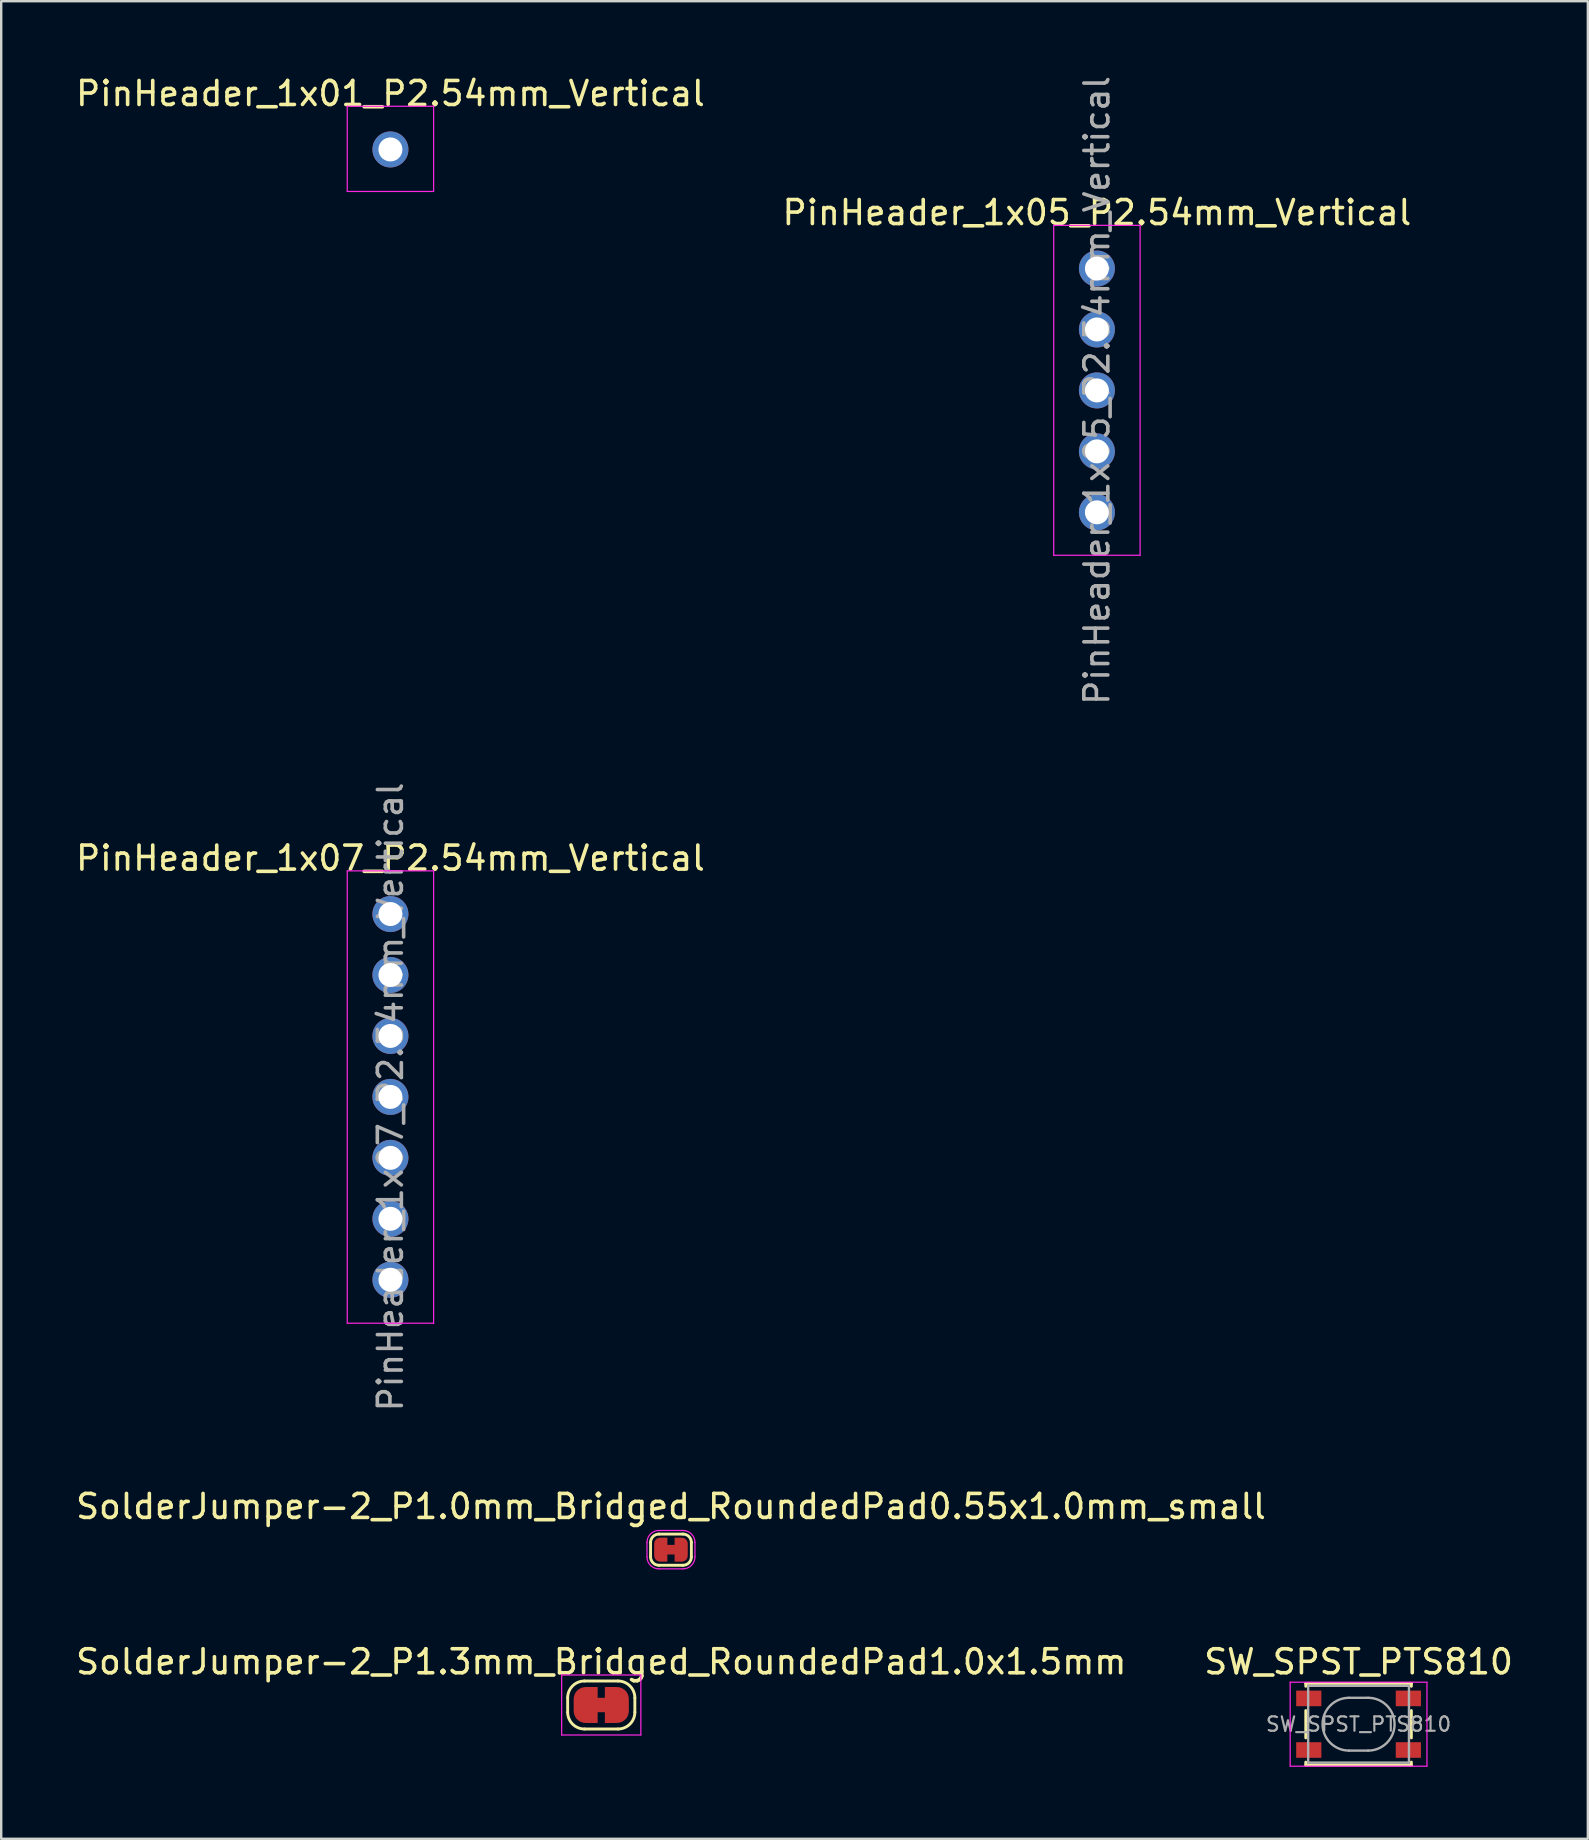
<source format=kicad_pcb>
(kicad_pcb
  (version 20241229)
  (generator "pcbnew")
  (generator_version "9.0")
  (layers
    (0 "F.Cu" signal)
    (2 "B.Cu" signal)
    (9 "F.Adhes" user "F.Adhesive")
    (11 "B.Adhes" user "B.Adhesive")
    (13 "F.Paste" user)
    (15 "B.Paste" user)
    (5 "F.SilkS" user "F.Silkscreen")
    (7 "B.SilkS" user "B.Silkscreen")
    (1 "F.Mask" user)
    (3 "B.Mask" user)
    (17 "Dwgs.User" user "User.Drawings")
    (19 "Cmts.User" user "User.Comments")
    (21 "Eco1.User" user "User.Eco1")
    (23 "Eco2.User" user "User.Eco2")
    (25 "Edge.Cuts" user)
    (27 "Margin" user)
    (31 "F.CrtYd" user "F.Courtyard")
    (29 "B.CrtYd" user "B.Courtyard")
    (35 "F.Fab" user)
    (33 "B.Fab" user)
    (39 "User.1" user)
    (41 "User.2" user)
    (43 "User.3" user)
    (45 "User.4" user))
  (footprint "SolderJumper-2_P1.0mm_Bridged_RoundedPad0.55x1.0mm_small"
    (layer "F.Cu")
    (at 24.911 61.529)
    (property "Reference" "SolderJumper-2_P1.0mm_Bridged_RoundedPad0.55x1.0mm_small" (at 0 -1.8 0) (layer "F.SilkS") (effects (font (size 1 1) (thickness 0.15))))
    (attr exclude_from_pos_files exclude_from_bom)
    (fp_poly (pts (xy 0.25 -0.2) (xy -0.25 -0.2) (xy -0.25 0.2) (xy 0.25 0.2)) (stroke (width 0) (type solid)) (fill yes) (layer "F.Cu"))
    (fp_line (start -0.85 0.3) (end -0.85 -0.3) (stroke (width 0.12) (type solid)) (layer "F.SilkS"))
    (fp_line (start -0.5 0.65) (end 0.5 0.65) (stroke (width 0.12) (type solid)) (layer "F.SilkS"))
    (fp_line (start -0.5 -0.65) (end 0.5 -0.65) (stroke (width 0.12) (type solid)) (layer "F.SilkS"))
    (fp_line (start 0.85 -0.3) (end 0.85 0.3) (stroke (width 0.12) (type solid)) (layer "F.SilkS"))
    (fp_arc (start -0.85 -0.3) (mid -0.747487 -0.547487) (end -0.5 -0.65) (stroke (width 0.12) (type default)) (layer "F.SilkS"))
    (fp_arc (start -0.500001 0.650001) (mid -0.747488 0.547488) (end -0.850001 0.300001) (stroke (width 0.12) (type default)) (layer "F.SilkS"))
    (fp_arc (start 0.500001 -0.650001) (mid 0.747488 -0.547488) (end 0.850001 -0.300001) (stroke (width 0.12) (type default)) (layer "F.SilkS"))
    (fp_arc (start 0.850001 0.300001) (mid 0.747488 0.547488) (end 0.500001 0.650001) (stroke (width 0.12) (type default)) (layer "F.SilkS"))
    (fp_line (start -1 -0.3) (end -1 0.3) (stroke (width 0.05) (type solid)) (layer "F.CrtYd"))
    (fp_line (start -0.5 -0.8) (end 0.5 -0.8) (stroke (width 0.05) (type solid)) (layer "F.CrtYd"))
    (fp_line (start 0.5 0.8) (end -0.5 0.8) (stroke (width 0.05) (type solid)) (layer "F.CrtYd"))
    (fp_line (start 1 0.3) (end 1 -0.3) (stroke (width 0.05) (type solid)) (layer "F.CrtYd"))
    (fp_arc (start -1.000001 -0.300001) (mid -0.853554 -0.653554) (end -0.500001 -0.800001) (stroke (width 0.05) (type default)) (layer "F.CrtYd"))
    (fp_arc (start -0.500001 0.800001) (mid -0.853554 0.653554) (end -1.000001 0.300001) (stroke (width 0.05) (type default)) (layer "F.CrtYd"))
    (fp_arc (start 0.5 -0.8) (mid 0.853553 -0.653553) (end 1 -0.3) (stroke (width 0.05) (type default)) (layer "F.CrtYd"))
    (fp_arc (start 1.000001 0.300001) (mid 0.853554 0.653554) (end 0.500001 0.800001) (stroke (width 0.05) (type default)) (layer "F.CrtYd"))
    (pad "1" smd custom (at -0.45 0) (size 0.5 0.5) (layers "F.Cu" "F.Mask") (options (anchor rect)) (primitives (gr_circle (center 0 0.25) (end 0.25 0.25) (width 0) (fill yes)) (gr_circle (center 0 -0.25) (end 0.25 -0.25) (width 0) (fill yes)) (gr_poly (pts (xy 0.3 0.5) (xy 0 0.5) (xy 0 -0.5) (xy 0.3 -0.5)) (width 0) (fill yes))))
    (pad "2" smd custom (at 0.45 0 180) (size 0.5 0.5) (layers "F.Cu" "F.Mask") (options (anchor rect)) (primitives (gr_circle (center 0 0.25) (end 0.25 0.25) (width 0) (fill yes)) (gr_circle (center 0 -0.25) (end 0.25 -0.25) (width 0) (fill yes)) (gr_poly (pts (xy 0.3 0.5) (xy 0 0.5) (xy 0 -0.5) (xy 0.3 -0.5)) (width 0) (fill yes)))))
  (footprint "PinHeader_1x01_P2.54mm_Vertical"
    (layer "F.Cu")
    (at 13.22 3.178)
    (property "Reference" "PinHeader_1x01_P2.54mm_Vertical" (at 0 -2.33 0) (layer "F.SilkS") (effects (font (size 1 1) (thickness 0.15))))
    (attr through_hole)
    (fp_line (start -1.8 -1.8) (end -1.8 1.75) (stroke (width 0.05) (type solid)) (layer "F.CrtYd"))
    (fp_line (start -1.8 1.75) (end 1.8 1.75) (stroke (width 0.05) (type solid)) (layer "F.CrtYd"))
    (fp_line (start 1.8 -1.8) (end -1.8 -1.8) (stroke (width 0.05) (type solid)) (layer "F.CrtYd"))
    (fp_line (start 1.8 1.75) (end 1.8 -1.8) (stroke (width 0.05) (type solid)) (layer "F.CrtYd"))
    (pad "1" thru_hole circle (at 0 0) (size 1.5 1.5) (drill 1) (layers "*.Cu" "*.Mask")))
  (footprint "PinHeader_1x07_P2.54mm_Vertical"
    (layer "F.Cu")
    (at 13.22 35.041)
    (property "Reference" "PinHeader_1x07_P2.54mm_Vertical" (at 0 -2.33 0) (layer "F.SilkS") (effects (font (size 1 1) (thickness 0.15))))
    (attr through_hole exclude_from_pos_files exclude_from_bom allow_missing_courtyard)
    (fp_line (start -1.8 -1.8) (end -1.8 17.05) (stroke (width 0.05) (type solid)) (layer "F.CrtYd"))
    (fp_line (start -1.8 17.05) (end 1.8 17.05) (stroke (width 0.05) (type solid)) (layer "F.CrtYd"))
    (fp_line (start 1.8 -1.8) (end -1.8 -1.8) (stroke (width 0.05) (type solid)) (layer "F.CrtYd"))
    (fp_line (start 1.8 17.05) (end 1.8 -1.8) (stroke (width 0.05) (type solid)) (layer "F.CrtYd"))
    (fp_text user "${REFERENCE}" (at 0 7.62 90) (layer "F.Fab") (effects (font (size 1 1) (thickness 0.15))))
    (pad "1" thru_hole circle (at 0 0) (size 1.5 1.5) (drill 1) (layers "*.Cu" "*.Mask"))
    (pad "2" thru_hole circle (at 0 2.54) (size 1.5 1.5) (drill 1) (layers "*.Cu" "*.Mask"))
    (pad "3" thru_hole circle (at 0 5.08) (size 1.5 1.5) (drill 1) (layers "*.Cu" "*.Mask"))
    (pad "4" thru_hole circle (at 0 7.62) (size 1.5 1.5) (drill 1) (layers "*.Cu" "*.Mask"))
    (pad "5" thru_hole circle (at 0 10.16) (size 1.5 1.5) (drill 1) (layers "*.Cu" "*.Mask"))
    (pad "6" thru_hole circle (at 0 12.7) (size 1.5 1.5) (drill 1) (layers "*.Cu" "*.Mask"))
    (pad "7" thru_hole circle (at 0 15.24) (size 1.5 1.5) (drill 1) (layers "*.Cu" "*.Mask")))
  (footprint "PinHeader_1x05_P2.54mm_Vertical"
    (layer "F.Cu")
    (at 42.661 8.14)
    (property "Reference" "PinHeader_1x05_P2.54mm_Vertical" (at 0 -2.33 0) (layer "F.SilkS") (effects (font (size 1 1) (thickness 0.15))))
    (attr through_hole exclude_from_pos_files exclude_from_bom allow_missing_courtyard)
    (fp_line (start -1.8 -1.8) (end -1.8 11.95) (stroke (width 0.05) (type solid)) (layer "F.CrtYd"))
    (fp_line (start -1.8 11.95) (end 1.8 11.95) (stroke (width 0.05) (type solid)) (layer "F.CrtYd"))
    (fp_line (start 1.8 -1.8) (end -1.8 -1.8) (stroke (width 0.05) (type solid)) (layer "F.CrtYd"))
    (fp_line (start 1.8 11.95) (end 1.8 -1.8) (stroke (width 0.05) (type solid)) (layer "F.CrtYd"))
    (fp_text user "${REFERENCE}" (at 0 5.08 90) (layer "F.Fab") (effects (font (size 1 1) (thickness 0.15))))
    (pad "1" thru_hole circle (at 0 0) (size 1.5 1.5) (drill 1) (layers "*.Cu" "*.Mask"))
    (pad "2" thru_hole circle (at 0 2.54) (size 1.5 1.5) (drill 1) (layers "*.Cu" "*.Mask"))
    (pad "3" thru_hole circle (at 0 5.08) (size 1.5 1.5) (drill 1) (layers "*.Cu" "*.Mask"))
    (pad "4" thru_hole circle (at 0 7.62) (size 1.5 1.5) (drill 1) (layers "*.Cu" "*.Mask"))
    (pad "5" thru_hole circle (at 0 10.16) (size 1.5 1.5) (drill 1) (layers "*.Cu" "*.Mask")))
  (footprint "SW_SPST_PTS810"
    (layer "F.Cu")
    (at 53.565 68.802)
    (property "Reference" "SW_SPST_PTS810" (at 0 -2.6 0) (layer "F.SilkS") (effects (font (size 1 1) (thickness 0.15))))
    (attr smd)
    (fp_line (start -2.2 -1.7) (end -2.2 -1.58) (stroke (width 0.12) (type solid)) (layer "F.SilkS"))
    (fp_line (start -2.2 -0.57) (end -2.2 0.57) (stroke (width 0.12) (type solid)) (layer "F.SilkS"))
    (fp_line (start -2.2 1.58) (end -2.2 1.7) (stroke (width 0.12) (type solid)) (layer "F.SilkS"))
    (fp_line (start -2.2 1.7) (end 2.2 1.7) (stroke (width 0.12) (type solid)) (layer "F.SilkS"))
    (fp_line (start 2.2 -1.7) (end -2.2 -1.7) (stroke (width 0.12) (type solid)) (layer "F.SilkS"))
    (fp_line (start 2.2 -1.58) (end 2.2 -1.7) (stroke (width 0.12) (type solid)) (layer "F.SilkS"))
    (fp_line (start 2.2 0.57) (end 2.2 -0.57) (stroke (width 0.12) (type solid)) (layer "F.SilkS"))
    (fp_line (start 2.2 1.7) (end 2.2 1.58) (stroke (width 0.12) (type solid)) (layer "F.SilkS"))
    (fp_line (start -2.85 -1.75) (end 2.85 -1.75) (stroke (width 0.05) (type solid)) (layer "F.CrtYd"))
    (fp_line (start -2.85 1.75) (end -2.85 -1.75) (stroke (width 0.05) (type solid)) (layer "F.CrtYd"))
    (fp_line (start 2.85 -1.75) (end 2.85 1.75) (stroke (width 0.05) (type solid)) (layer "F.CrtYd"))
    (fp_line (start 2.85 1.75) (end -2.85 1.75) (stroke (width 0.05) (type solid)) (layer "F.CrtYd"))
    (fp_line (start -2.1 -1.6) (end -2.1 1.6) (stroke (width 0.1) (type solid)) (layer "F.Fab"))
    (fp_line (start -2.1 1.6) (end 2.1 1.6) (stroke (width 0.1) (type solid)) (layer "F.Fab"))
    (fp_line (start -0.4 -1.1) (end 0.4 -1.1) (stroke (width 0.1) (type solid)) (layer "F.Fab"))
    (fp_line (start 0.4 1.1) (end -0.4 1.1) (stroke (width 0.1) (type solid)) (layer "F.Fab"))
    (fp_line (start 2.1 -1.6) (end -2.1 -1.6) (stroke (width 0.1) (type solid)) (layer "F.Fab"))
    (fp_line (start 2.1 1.6) (end 2.1 -1.6) (stroke (width 0.1) (type solid)) (layer "F.Fab"))
    (fp_arc (start -0.4 1.1) (mid -1.5 0) (end -0.4 -1.1) (stroke (width 0.1) (type solid)) (layer "F.Fab"))
    (fp_arc (start 0.4 -1.1) (mid 1.5 0) (end 0.4 1.1) (stroke (width 0.1) (type solid)) (layer "F.Fab"))
    (fp_text user "${REFERENCE}" (at 0 0 0) (layer "F.Fab") (effects (font (size 0.6 0.6) (thickness 0.09))))
    (pad "1" smd rect (at 2.075 -1.075) (size 1.05 0.65) (layers "F.Cu" "F.Mask" "F.Paste"))
    (pad "2" smd rect (at 2.075 1.075) (size 1.05 0.65) (layers "F.Cu" "F.Mask" "F.Paste"))
    (pad "x" smd rect (at -2.075 -1.075) (size 1.05 0.65) (layers "F.Cu" "F.Mask" "F.Paste"))
    (pad "x" smd rect (at -2.075 1.075) (size 1.05 0.65) (layers "F.Cu" "F.Mask" "F.Paste")))
  (footprint "SolderJumper-2_P1.3mm_Bridged_RoundedPad1.0x1.5mm"
    (layer "F.Cu")
    (at 22.006 68.002)
    (property "Reference" "SolderJumper-2_P1.3mm_Bridged_RoundedPad1.0x1.5mm" (at 0 -1.8 0) (layer "F.SilkS") (effects (font (size 1 1) (thickness 0.15))))
    (attr exclude_from_pos_files exclude_from_bom)
    (fp_poly (pts (xy 0.25 -0.3) (xy -0.25 -0.3) (xy -0.25 0.3) (xy 0.25 0.3)) (stroke (width 0) (type solid)) (fill yes) (layer "F.Cu"))
    (fp_line (start -1.4 0.3) (end -1.4 -0.3) (stroke (width 0.12) (type solid)) (layer "F.SilkS"))
    (fp_line (start -0.7 -1) (end 0.7 -1) (stroke (width 0.12) (type solid)) (layer "F.SilkS"))
    (fp_line (start 0.7 1) (end -0.7 1) (stroke (width 0.12) (type solid)) (layer "F.SilkS"))
    (fp_line (start 1.4 -0.3) (end 1.4 0.3) (stroke (width 0.12) (type solid)) (layer "F.SilkS"))
    (fp_arc (start -1.4 -0.3) (mid -1.194975 -0.794975) (end -0.7 -1) (stroke (width 0.12) (type solid)) (layer "F.SilkS"))
    (fp_arc (start -0.7 1) (mid -1.194975 0.794975) (end -1.4 0.3) (stroke (width 0.12) (type solid)) (layer "F.SilkS"))
    (fp_arc (start 0.7 -1) (mid 1.194975 -0.794975) (end 1.4 -0.3) (stroke (width 0.12) (type solid)) (layer "F.SilkS"))
    (fp_arc (start 1.4 0.3) (mid 1.194975 0.794975) (end 0.7 1) (stroke (width 0.12) (type solid)) (layer "F.SilkS"))
    (fp_line (start -1.65 -1.25) (end -1.65 1.25) (stroke (width 0.05) (type solid)) (layer "F.CrtYd"))
    (fp_line (start -1.65 -1.25) (end 1.65 -1.25) (stroke (width 0.05) (type solid)) (layer "F.CrtYd"))
    (fp_line (start 1.65 1.25) (end -1.65 1.25) (stroke (width 0.05) (type solid)) (layer "F.CrtYd"))
    (fp_line (start 1.65 1.25) (end 1.65 -1.25) (stroke (width 0.05) (type solid)) (layer "F.CrtYd"))
    (pad "1" smd custom (at -0.65 0) (size 1 0.5) (layers "F.Cu" "F.Mask") (options (anchor rect)) (primitives (gr_circle (center 0 0.25) (end 0.5 0.25) (width 0) (fill yes)) (gr_circle (center 0 -0.25) (end 0.5 -0.25) (width 0) (fill yes)) (gr_poly (pts (xy 0.5 0.75) (xy 0 0.75) (xy 0 -0.75) (xy 0.5 -0.75)) (width 0) (fill yes))))
    (pad "2" smd custom (at 0.65 0) (size 1 0.5) (layers "F.Cu" "F.Mask") (options (anchor rect)) (primitives (gr_circle (center 0 0.25) (end 0.5 0.25) (width 0) (fill yes)) (gr_circle (center 0 -0.25) (end 0.5 -0.25) (width 0) (fill yes)) (gr_poly (pts (xy 0 0.75) (xy -0.5 0.75) (xy -0.5 -0.75) (xy 0 -0.75)) (width 0) (fill yes)))))
  (gr_rect
    (start -3 -3)
    (end 63.119 73.577)
    (stroke (width 0.1) (type default))
    (fill no)
    (layer "Edge.Cuts")))
</source>
